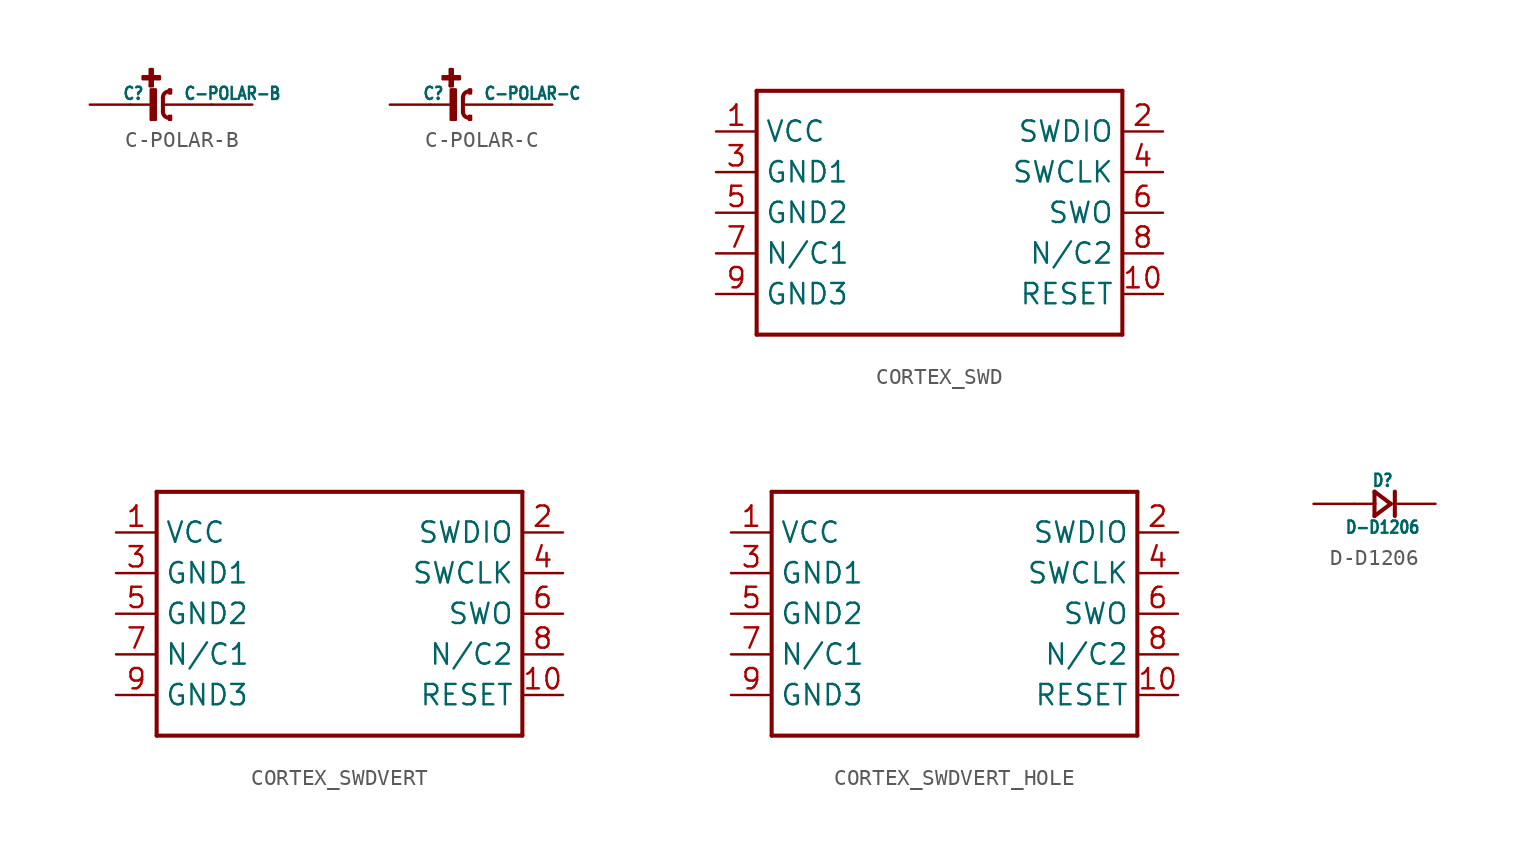
<source format=kicad_sym>
(kicad_symbol_lib
  (version 20211014)
  (generator kicad_symbol_editor)
  (symbol "C-POLAR-B"
    (property "Reference" "C"
      (at -1.651 0.254 0)
      (effects (font (size 0.762 0.648)) (justify right bottom)))
    (property "Value" "C-POLAR-B"
      (at 0.762 0.254 0)
      (effects (font (size 0.762 0.648)) (justify left bottom)))
    (property "ki_locked" ""
      (at 0 0 0)
      (effects (font (size 1.27 1.27))))
    (symbol "C-POLAR-B_1_0"
      (rectangle (start -1.778 1.587) (end -0.699 1.778) (stroke (width 0) (type default) (color 0 0 0 0)) (fill (type outline)))
      (rectangle (start -1.714 1.651) (end -0.762 1.778) (stroke (width 0) (type default) (color 0 0 0 0)) (fill (type outline)))
      (rectangle (start -1.333 1.143) (end -1.143 1.206) (stroke (width 0) (type default) (color 0 0 0 0)) (fill (type outline)))
      (rectangle (start -1.333 1.206) (end -1.206 2.223) (stroke (width 0) (type default) (color 0 0 0 0)) (fill (type outline)))
      (rectangle (start -1.27 -0.953) (end -0.953 0.953) (stroke (width 0) (type default) (color 0 0 0 0)) (fill (type outline)))
      (rectangle (start -1.206 1.206) (end -1.143 2.223) (stroke (width 0) (type default) (color 0 0 0 0)) (fill (type outline)))
      (arc (start -0.508 -0.4445) (mid -0.3964 -0.7139) (end -0.127 -0.8255) (stroke (width 0.254) (type default) (color 0 0 0 0)) (fill (type none)))
      (rectangle (start -0.127 -0.953) (end 0 -0.699) (stroke (width 0) (type default) (color 0 0 0 0)) (fill (type outline)))
      (rectangle (start -0.127 0.699) (end 0 0.889) (stroke (width 0) (type default) (color 0 0 0 0)) (fill (type outline)))
      (arc (start -0.127 0.8255) (mid -0.3963 0.7138) (end -0.508 0.4445) (stroke (width 0.254) (type default) (color 0 0 0 0)) (fill (type none)))
      (rectangle (start -0.127 0.889) (end 0 0.953) (stroke (width 0) (type default) (color 0 0 0 0)) (fill (type outline)))
      (polyline (pts (xy -1.27 0) (xy -2.54 0)) (stroke (width 0.152) (type default) (color 0 0 0 0)) (fill (type none)))
      (polyline (pts (xy -0.508 0) (xy 2.54 0)) (stroke (width 0.152) (type default) (color 0 0 0 0)) (fill (type none)))
      (polyline (pts (xy -0.508 0.445) (xy -0.508 -0.445)) (stroke (width 0.254) (type default) (color 0 0 0 0)) (fill (type none)))
      (pin bidirectional line (at -5.08 0 0) (length 2.54) (name "1" (effects (font (size 0 0)))) (number "+" (effects (font (size 0 0)))))
      (pin bidirectional line (at 5.08 0 180) (length 2.54) (name "2" (effects (font (size 0 0)))) (number "-" (effects (font (size 0 0)))))))
  (symbol "C-POLAR-C"
    (property "Reference" "C"
      (at -1.651 0.254 0)
      (effects (font (size 0.762 0.648)) (justify right bottom)))
    (property "Value" "C-POLAR-C"
      (at 0.762 0.254 0)
      (effects (font (size 0.762 0.648)) (justify left bottom)))
    (property "ki_locked" ""
      (at 0 0 0)
      (effects (font (size 1.27 1.27))))
    (symbol "C-POLAR-C_1_0"
      (rectangle (start -1.778 1.587) (end -0.699 1.778) (stroke (width 0) (type default) (color 0 0 0 0)) (fill (type outline)))
      (rectangle (start -1.714 1.651) (end -0.762 1.778) (stroke (width 0) (type default) (color 0 0 0 0)) (fill (type outline)))
      (rectangle (start -1.333 1.143) (end -1.143 1.206) (stroke (width 0) (type default) (color 0 0 0 0)) (fill (type outline)))
      (rectangle (start -1.333 1.206) (end -1.206 2.223) (stroke (width 0) (type default) (color 0 0 0 0)) (fill (type outline)))
      (rectangle (start -1.27 -0.953) (end -0.953 0.953) (stroke (width 0) (type default) (color 0 0 0 0)) (fill (type outline)))
      (rectangle (start -1.206 1.206) (end -1.143 2.223) (stroke (width 0) (type default) (color 0 0 0 0)) (fill (type outline)))
      (arc (start -0.508 -0.4445) (mid -0.3964 -0.7139) (end -0.127 -0.8255) (stroke (width 0.254) (type default) (color 0 0 0 0)) (fill (type none)))
      (rectangle (start -0.127 -0.953) (end 0 -0.699) (stroke (width 0) (type default) (color 0 0 0 0)) (fill (type outline)))
      (rectangle (start -0.127 0.699) (end 0 0.889) (stroke (width 0) (type default) (color 0 0 0 0)) (fill (type outline)))
      (arc (start -0.127 0.8255) (mid -0.3963 0.7138) (end -0.508 0.4445) (stroke (width 0.254) (type default) (color 0 0 0 0)) (fill (type none)))
      (rectangle (start -0.127 0.889) (end 0 0.953) (stroke (width 0) (type default) (color 0 0 0 0)) (fill (type outline)))
      (polyline (pts (xy -1.27 0) (xy -2.54 0)) (stroke (width 0.152) (type default) (color 0 0 0 0)) (fill (type none)))
      (polyline (pts (xy -0.508 0) (xy 2.54 0)) (stroke (width 0.152) (type default) (color 0 0 0 0)) (fill (type none)))
      (polyline (pts (xy -0.508 0.445) (xy -0.508 -0.445)) (stroke (width 0.254) (type default) (color 0 0 0 0)) (fill (type none)))
      (pin bidirectional line (at -5.08 0 0) (length 2.54) (name "1" (effects (font (size 0 0)))) (number "+" (effects (font (size 0 0)))))
      (pin bidirectional line (at 5.08 0 180) (length 2.54) (name "2" (effects (font (size 0 0)))) (number "-" (effects (font (size 0 0)))))))
  (symbol "CORTEX_SWD"
    (property "Reference" "SWD"
      (at 0 0 0)
      (effects (font (size 1.27 1.27)) hide))
    (property "ki_locked" ""
      (at 0 0 0)
      (effects (font (size 1.27 1.27))))
    (symbol "CORTEX_SWD_1_0"
      (polyline (pts (xy -10.16 -7.62) (xy 12.7 -7.62)) (stroke (width 0.254) (type default) (color 0 0 0 0)) (fill (type none)))
      (polyline (pts (xy -10.16 7.62) (xy -10.16 -7.62)) (stroke (width 0.254) (type default) (color 0 0 0 0)) (fill (type none)))
      (polyline (pts (xy 12.7 -7.62) (xy 12.7 7.62)) (stroke (width 0.254) (type default) (color 0 0 0 0)) (fill (type none)))
      (polyline (pts (xy 12.7 7.62) (xy -10.16 7.62)) (stroke (width 0.254) (type default) (color 0 0 0 0)) (fill (type none)))
      (pin bidirectional line (at -12.7 5.08 0) (length 2.54) (name "VCC" (effects (font (size 1.27 1.27)))) (number "1" (effects (font (size 1.27 1.27)))))
      (pin bidirectional line (at 15.24 -5.08 180) (length 2.54) (name "RESET" (effects (font (size 1.27 1.27)))) (number "10" (effects (font (size 1.27 1.27)))))
      (pin bidirectional line (at 15.24 5.08 180) (length 2.54) (name "SWDIO" (effects (font (size 1.27 1.27)))) (number "2" (effects (font (size 1.27 1.27)))))
      (pin bidirectional line (at -12.7 2.54 0) (length 2.54) (name "GND1" (effects (font (size 1.27 1.27)))) (number "3" (effects (font (size 1.27 1.27)))))
      (pin bidirectional line (at 15.24 2.54 180) (length 2.54) (name "SWCLK" (effects (font (size 1.27 1.27)))) (number "4" (effects (font (size 1.27 1.27)))))
      (pin bidirectional line (at -12.7 0 0) (length 2.54) (name "GND2" (effects (font (size 1.27 1.27)))) (number "5" (effects (font (size 1.27 1.27)))))
      (pin bidirectional line (at 15.24 0 180) (length 2.54) (name "SWO" (effects (font (size 1.27 1.27)))) (number "6" (effects (font (size 1.27 1.27)))))
      (pin bidirectional line (at -12.7 -2.54 0) (length 2.54) (name "N/C1" (effects (font (size 1.27 1.27)))) (number "7" (effects (font (size 1.27 1.27)))))
      (pin bidirectional line (at 15.24 -2.54 180) (length 2.54) (name "N/C2" (effects (font (size 1.27 1.27)))) (number "8" (effects (font (size 1.27 1.27)))))
      (pin bidirectional line (at -12.7 -5.08 0) (length 2.54) (name "GND3" (effects (font (size 1.27 1.27)))) (number "9" (effects (font (size 1.27 1.27)))))))
  (symbol "CORTEX_SWDVERT"
    (property "Reference" "SWD"
      (at 0 0 0)
      (effects (font (size 1.27 1.27)) hide))
    (property "ki_locked" ""
      (at 0 0 0)
      (effects (font (size 1.27 1.27))))
    (symbol "CORTEX_SWDVERT_1_0"
      (polyline (pts (xy -10.16 -7.62) (xy 12.7 -7.62)) (stroke (width 0.254) (type default) (color 0 0 0 0)) (fill (type none)))
      (polyline (pts (xy -10.16 7.62) (xy -10.16 -7.62)) (stroke (width 0.254) (type default) (color 0 0 0 0)) (fill (type none)))
      (polyline (pts (xy 12.7 -7.62) (xy 12.7 7.62)) (stroke (width 0.254) (type default) (color 0 0 0 0)) (fill (type none)))
      (polyline (pts (xy 12.7 7.62) (xy -10.16 7.62)) (stroke (width 0.254) (type default) (color 0 0 0 0)) (fill (type none)))
      (pin bidirectional line (at -12.7 5.08 0) (length 2.54) (name "VCC" (effects (font (size 1.27 1.27)))) (number "1" (effects (font (size 1.27 1.27)))))
      (pin bidirectional line (at 15.24 -5.08 180) (length 2.54) (name "RESET" (effects (font (size 1.27 1.27)))) (number "10" (effects (font (size 1.27 1.27)))))
      (pin bidirectional line (at 15.24 5.08 180) (length 2.54) (name "SWDIO" (effects (font (size 1.27 1.27)))) (number "2" (effects (font (size 1.27 1.27)))))
      (pin bidirectional line (at -12.7 2.54 0) (length 2.54) (name "GND1" (effects (font (size 1.27 1.27)))) (number "3" (effects (font (size 1.27 1.27)))))
      (pin bidirectional line (at 15.24 2.54 180) (length 2.54) (name "SWCLK" (effects (font (size 1.27 1.27)))) (number "4" (effects (font (size 1.27 1.27)))))
      (pin bidirectional line (at -12.7 0 0) (length 2.54) (name "GND2" (effects (font (size 1.27 1.27)))) (number "5" (effects (font (size 1.27 1.27)))))
      (pin bidirectional line (at 15.24 0 180) (length 2.54) (name "SWO" (effects (font (size 1.27 1.27)))) (number "6" (effects (font (size 1.27 1.27)))))
      (pin bidirectional line (at -12.7 -2.54 0) (length 2.54) (name "N/C1" (effects (font (size 1.27 1.27)))) (number "7" (effects (font (size 1.27 1.27)))))
      (pin bidirectional line (at 15.24 -2.54 180) (length 2.54) (name "N/C2" (effects (font (size 1.27 1.27)))) (number "8" (effects (font (size 1.27 1.27)))))
      (pin bidirectional line (at -12.7 -5.08 0) (length 2.54) (name "GND3" (effects (font (size 1.27 1.27)))) (number "9" (effects (font (size 1.27 1.27)))))))
  (symbol "CORTEX_SWDVERT_HOLE"
    (property "Reference" "SWD"
      (at 0 0 0)
      (effects (font (size 1.27 1.27)) hide))
    (property "ki_locked" ""
      (at 0 0 0)
      (effects (font (size 1.27 1.27))))
    (symbol "CORTEX_SWDVERT_HOLE_1_0"
      (polyline (pts (xy -10.16 -7.62) (xy 12.7 -7.62)) (stroke (width 0.254) (type default) (color 0 0 0 0)) (fill (type none)))
      (polyline (pts (xy -10.16 7.62) (xy -10.16 -7.62)) (stroke (width 0.254) (type default) (color 0 0 0 0)) (fill (type none)))
      (polyline (pts (xy 12.7 -7.62) (xy 12.7 7.62)) (stroke (width 0.254) (type default) (color 0 0 0 0)) (fill (type none)))
      (polyline (pts (xy 12.7 7.62) (xy -10.16 7.62)) (stroke (width 0.254) (type default) (color 0 0 0 0)) (fill (type none)))
      (pin bidirectional line (at -12.7 5.08 0) (length 2.54) (name "VCC" (effects (font (size 1.27 1.27)))) (number "1" (effects (font (size 1.27 1.27)))))
      (pin bidirectional line (at 15.24 -5.08 180) (length 2.54) (name "RESET" (effects (font (size 1.27 1.27)))) (number "10" (effects (font (size 1.27 1.27)))))
      (pin bidirectional line (at 15.24 5.08 180) (length 2.54) (name "SWDIO" (effects (font (size 1.27 1.27)))) (number "2" (effects (font (size 1.27 1.27)))))
      (pin bidirectional line (at -12.7 2.54 0) (length 2.54) (name "GND1" (effects (font (size 1.27 1.27)))) (number "3" (effects (font (size 1.27 1.27)))))
      (pin bidirectional line (at 15.24 2.54 180) (length 2.54) (name "SWCLK" (effects (font (size 1.27 1.27)))) (number "4" (effects (font (size 1.27 1.27)))))
      (pin bidirectional line (at -12.7 0 0) (length 2.54) (name "GND2" (effects (font (size 1.27 1.27)))) (number "5" (effects (font (size 1.27 1.27)))))
      (pin bidirectional line (at 15.24 0 180) (length 2.54) (name "SWO" (effects (font (size 1.27 1.27)))) (number "6" (effects (font (size 1.27 1.27)))))
      (pin bidirectional line (at -12.7 -2.54 0) (length 2.54) (name "N/C1" (effects (font (size 1.27 1.27)))) (number "7" (effects (font (size 1.27 1.27)))))
      (pin bidirectional line (at 15.24 -2.54 180) (length 2.54) (name "N/C2" (effects (font (size 1.27 1.27)))) (number "8" (effects (font (size 1.27 1.27)))))
      (pin bidirectional line (at -12.7 -5.08 0) (length 2.54) (name "GND3" (effects (font (size 1.27 1.27)))) (number "9" (effects (font (size 1.27 1.27)))))))
  (symbol "D-D1206"
    (property "Reference" "D"
      (at 0.508 1.016 0)
      (effects (font (size 0.762 0.648)) (justify bottom)))
    (property "Value" "D-D1206"
      (at 0.508 -1.016 0)
      (effects (font (size 0.762 0.648)) (justify top)))
    (property "ki_locked" ""
      (at 0 0 0)
      (effects (font (size 1.27 1.27))))
    (symbol "D-D1206_1_0"
      (polyline (pts (xy -1.27 0) (xy 0 0)) (stroke (width 0.152) (type default) (color 0 0 0 0)) (fill (type none)))
      (polyline (pts (xy 0 -0.762) (xy 0 0)) (stroke (width 0.254) (type default) (color 0 0 0 0)) (fill (type none)))
      (polyline (pts (xy 0 -0.762) (xy 1.016 0)) (stroke (width 0.254) (type default) (color 0 0 0 0)) (fill (type none)))
      (polyline (pts (xy 0 0) (xy 0 0.762)) (stroke (width 0.254) (type default) (color 0 0 0 0)) (fill (type none)))
      (polyline (pts (xy 0 0.762) (xy 1.016 0)) (stroke (width 0.254) (type default) (color 0 0 0 0)) (fill (type none)))
      (polyline (pts (xy 1.27 0.762) (xy 1.27 -0.762)) (stroke (width 0.254) (type default) (color 0 0 0 0)) (fill (type none)))
      (pin passive line (at -3.81 0 0) (length 2.54) (name "+" (effects (font (size 0 0)))) (number "A" (effects (font (size 0 0)))))
      (pin passive line (at 3.81 0 180) (length 2.54) (name "-" (effects (font (size 0 0)))) (number "C" (effects (font (size 0 0))))))))
</source>
